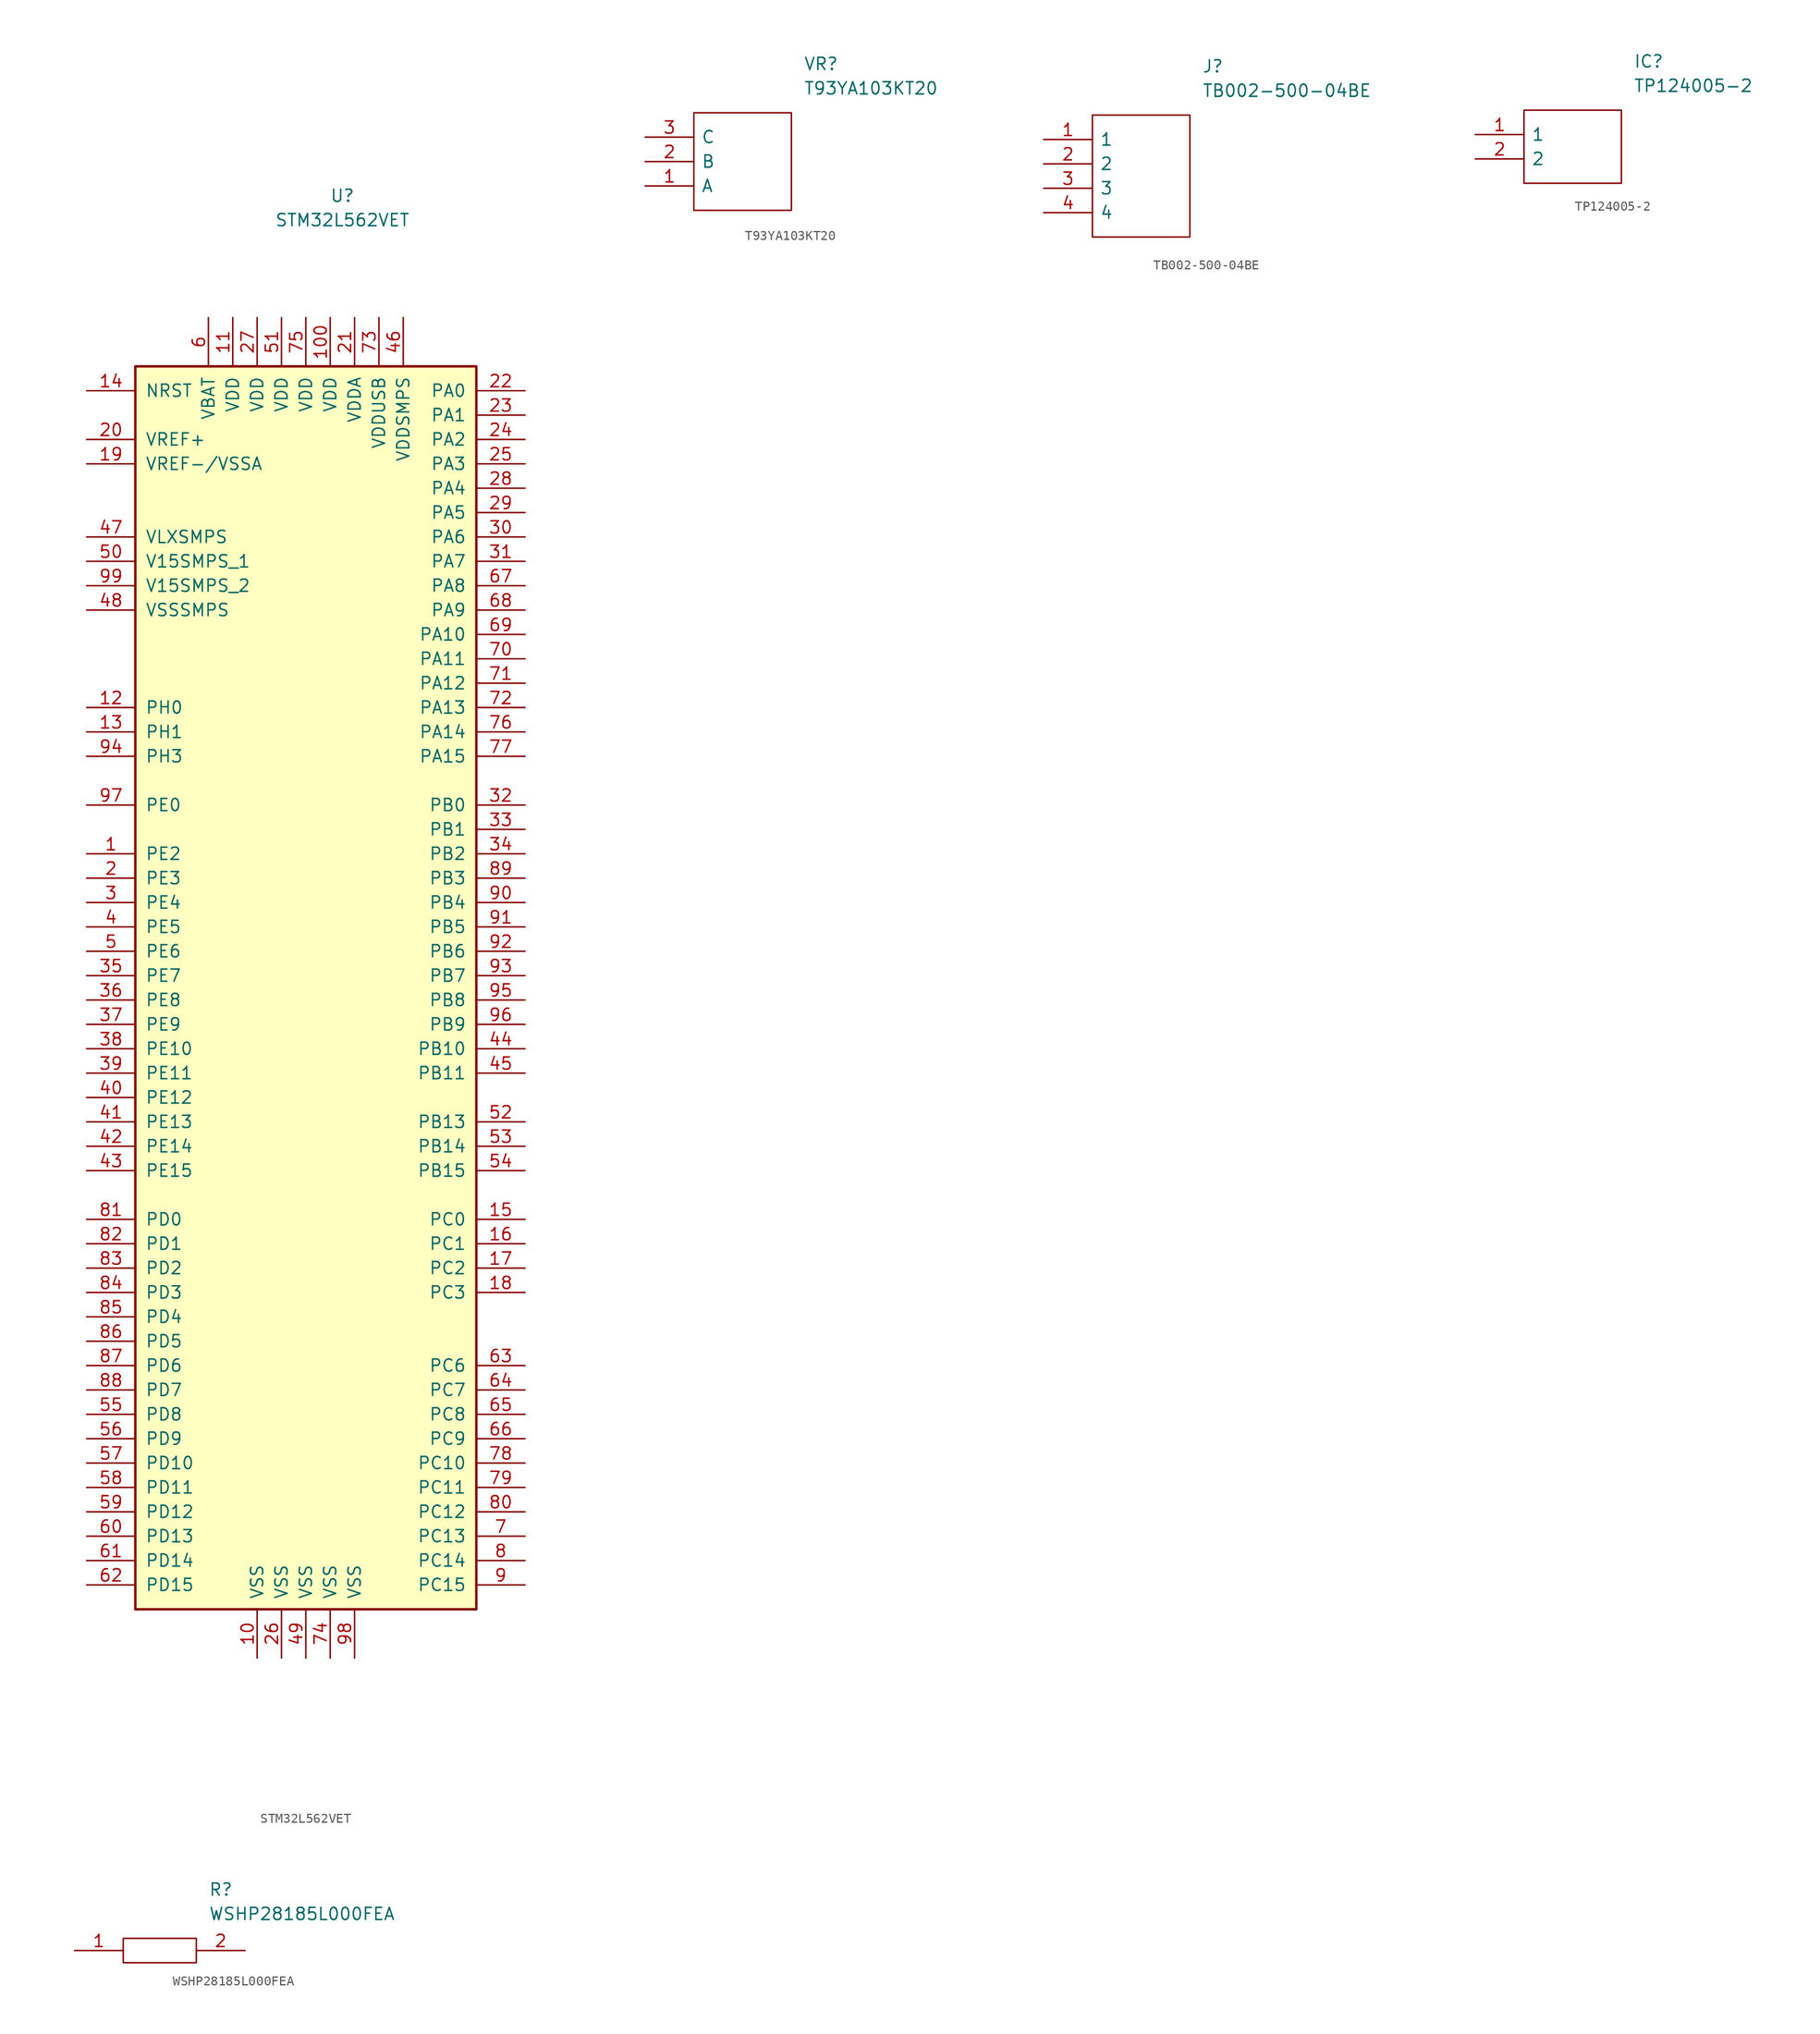
<source format=kicad_sym>
(kicad_symbol_lib
  (version 20211014)
  (generator kicad_symbol_editor)
  (symbol "STM32L562VET"
    (pin_names
      (offset 1.016))
    (property "Reference" "U"
      (at 3.81 8.89 0)
      (effects (font (size 1.27 1.27))))
    (property "Value" "STM32L562VET"
      (at 3.81 6.35 0)
      (effects (font (size 1.27 1.27))))
    (symbol "STM32L562VET_1_1"
      (rectangle (start -17.78 -138.43) (end 17.78 -8.89) (stroke (width 0.254) (type default) (color 0 0 0 0)) (fill (type background)))
      (pin bidirectional line (at -22.86 -59.69 0) (length 5.08) (name "PE2" (effects (font (size 1.27 1.27)))) (number "1" (effects (font (size 1.27 1.27)))))
      (pin power_in line (at -5.08 -143.51 90) (length 5.08) (name "VSS" (effects (font (size 1.27 1.27)))) (number "10" (effects (font (size 1.27 1.27)))))
      (pin power_in line (at 2.54 -3.81 270) (length 5.08) (name "VDD" (effects (font (size 1.27 1.27)))) (number "100" (effects (font (size 1.27 1.27)))))
      (pin power_in line (at -7.62 -3.81 270) (length 5.08) (name "VDD" (effects (font (size 1.27 1.27)))) (number "11" (effects (font (size 1.27 1.27)))))
      (pin input line (at -22.86 -44.45 0) (length 5.08) (name "PH0" (effects (font (size 1.27 1.27)))) (number "12" (effects (font (size 1.27 1.27)))))
      (pin input line (at -22.86 -46.99 0) (length 5.08) (name "PH1" (effects (font (size 1.27 1.27)))) (number "13" (effects (font (size 1.27 1.27)))))
      (pin input line (at -22.86 -11.43 0) (length 5.08) (name "NRST" (effects (font (size 1.27 1.27)))) (number "14" (effects (font (size 1.27 1.27)))))
      (pin bidirectional line (at 22.86 -97.79 180) (length 5.08) (name "PC0" (effects (font (size 1.27 1.27)))) (number "15" (effects (font (size 1.27 1.27)))))
      (pin bidirectional line (at 22.86 -100.33 180) (length 5.08) (name "PC1" (effects (font (size 1.27 1.27)))) (number "16" (effects (font (size 1.27 1.27)))))
      (pin bidirectional line (at 22.86 -102.87 180) (length 5.08) (name "PC2" (effects (font (size 1.27 1.27)))) (number "17" (effects (font (size 1.27 1.27)))))
      (pin bidirectional line (at 22.86 -105.41 180) (length 5.08) (name "PC3" (effects (font (size 1.27 1.27)))) (number "18" (effects (font (size 1.27 1.27)))))
      (pin power_in line (at -22.86 -19.05 0) (length 5.08) (name "VREF-/VSSA" (effects (font (size 1.27 1.27)))) (number "19" (effects (font (size 1.27 1.27)))))
      (pin bidirectional line (at -22.86 -62.23 0) (length 5.08) (name "PE3" (effects (font (size 1.27 1.27)))) (number "2" (effects (font (size 1.27 1.27)))))
      (pin bidirectional line (at -22.86 -16.51 0) (length 5.08) (name "VREF+" (effects (font (size 1.27 1.27)))) (number "20" (effects (font (size 1.27 1.27)))))
      (pin power_in line (at 5.08 -3.81 270) (length 5.08) (name "VDDA" (effects (font (size 1.27 1.27)))) (number "21" (effects (font (size 1.27 1.27)))))
      (pin bidirectional line (at 22.86 -11.43 180) (length 5.08) (name "PA0" (effects (font (size 1.27 1.27)))) (number "22" (effects (font (size 1.27 1.27)))))
      (pin bidirectional line (at 22.86 -13.97 180) (length 5.08) (name "PA1" (effects (font (size 1.27 1.27)))) (number "23" (effects (font (size 1.27 1.27)))))
      (pin bidirectional line (at 22.86 -16.51 180) (length 5.08) (name "PA2" (effects (font (size 1.27 1.27)))) (number "24" (effects (font (size 1.27 1.27)))))
      (pin bidirectional line (at 22.86 -19.05 180) (length 5.08) (name "PA3" (effects (font (size 1.27 1.27)))) (number "25" (effects (font (size 1.27 1.27)))))
      (pin power_in line (at -2.54 -143.51 90) (length 5.08) (name "VSS" (effects (font (size 1.27 1.27)))) (number "26" (effects (font (size 1.27 1.27)))))
      (pin power_in line (at -5.08 -3.81 270) (length 5.08) (name "VDD" (effects (font (size 1.27 1.27)))) (number "27" (effects (font (size 1.27 1.27)))))
      (pin bidirectional line (at 22.86 -21.59 180) (length 5.08) (name "PA4" (effects (font (size 1.27 1.27)))) (number "28" (effects (font (size 1.27 1.27)))))
      (pin bidirectional line (at 22.86 -24.13 180) (length 5.08) (name "PA5" (effects (font (size 1.27 1.27)))) (number "29" (effects (font (size 1.27 1.27)))))
      (pin bidirectional line (at -22.86 -64.77 0) (length 5.08) (name "PE4" (effects (font (size 1.27 1.27)))) (number "3" (effects (font (size 1.27 1.27)))))
      (pin bidirectional line (at 22.86 -26.67 180) (length 5.08) (name "PA6" (effects (font (size 1.27 1.27)))) (number "30" (effects (font (size 1.27 1.27)))))
      (pin bidirectional line (at 22.86 -29.21 180) (length 5.08) (name "PA7" (effects (font (size 1.27 1.27)))) (number "31" (effects (font (size 1.27 1.27)))))
      (pin bidirectional line (at 22.86 -54.61 180) (length 5.08) (name "PB0" (effects (font (size 1.27 1.27)))) (number "32" (effects (font (size 1.27 1.27)))))
      (pin bidirectional line (at 22.86 -57.15 180) (length 5.08) (name "PB1" (effects (font (size 1.27 1.27)))) (number "33" (effects (font (size 1.27 1.27)))))
      (pin bidirectional line (at 22.86 -59.69 180) (length 5.08) (name "PB2" (effects (font (size 1.27 1.27)))) (number "34" (effects (font (size 1.27 1.27)))))
      (pin bidirectional line (at -22.86 -72.39 0) (length 5.08) (name "PE7" (effects (font (size 1.27 1.27)))) (number "35" (effects (font (size 1.27 1.27)))))
      (pin bidirectional line (at -22.86 -74.93 0) (length 5.08) (name "PE8" (effects (font (size 1.27 1.27)))) (number "36" (effects (font (size 1.27 1.27)))))
      (pin bidirectional line (at -22.86 -77.47 0) (length 5.08) (name "PE9" (effects (font (size 1.27 1.27)))) (number "37" (effects (font (size 1.27 1.27)))))
      (pin bidirectional line (at -22.86 -80.01 0) (length 5.08) (name "PE10" (effects (font (size 1.27 1.27)))) (number "38" (effects (font (size 1.27 1.27)))))
      (pin bidirectional line (at -22.86 -82.55 0) (length 5.08) (name "PE11" (effects (font (size 1.27 1.27)))) (number "39" (effects (font (size 1.27 1.27)))))
      (pin bidirectional line (at -22.86 -67.31 0) (length 5.08) (name "PE5" (effects (font (size 1.27 1.27)))) (number "4" (effects (font (size 1.27 1.27)))))
      (pin bidirectional line (at -22.86 -85.09 0) (length 5.08) (name "PE12" (effects (font (size 1.27 1.27)))) (number "40" (effects (font (size 1.27 1.27)))))
      (pin bidirectional line (at -22.86 -87.63 0) (length 5.08) (name "PE13" (effects (font (size 1.27 1.27)))) (number "41" (effects (font (size 1.27 1.27)))))
      (pin bidirectional line (at -22.86 -90.17 0) (length 5.08) (name "PE14" (effects (font (size 1.27 1.27)))) (number "42" (effects (font (size 1.27 1.27)))))
      (pin bidirectional line (at -22.86 -92.71 0) (length 5.08) (name "PE15" (effects (font (size 1.27 1.27)))) (number "43" (effects (font (size 1.27 1.27)))))
      (pin bidirectional line (at 22.86 -80.01 180) (length 5.08) (name "PB10" (effects (font (size 1.27 1.27)))) (number "44" (effects (font (size 1.27 1.27)))))
      (pin bidirectional line (at 22.86 -82.55 180) (length 5.08) (name "PB11" (effects (font (size 1.27 1.27)))) (number "45" (effects (font (size 1.27 1.27)))))
      (pin power_in line (at 10.16 -3.81 270) (length 5.08) (name "VDDSMPS" (effects (font (size 1.27 1.27)))) (number "46" (effects (font (size 1.27 1.27)))))
      (pin power_in line (at -22.86 -26.67 0) (length 5.08) (name "VLXSMPS" (effects (font (size 1.27 1.27)))) (number "47" (effects (font (size 1.27 1.27)))))
      (pin power_in line (at -22.86 -34.29 0) (length 5.08) (name "VSSSMPS" (effects (font (size 1.27 1.27)))) (number "48" (effects (font (size 1.27 1.27)))))
      (pin power_in line (at 0 -143.51 90) (length 5.08) (name "VSS" (effects (font (size 1.27 1.27)))) (number "49" (effects (font (size 1.27 1.27)))))
      (pin bidirectional line (at -22.86 -69.85 0) (length 5.08) (name "PE6" (effects (font (size 1.27 1.27)))) (number "5" (effects (font (size 1.27 1.27)))))
      (pin power_out line (at -22.86 -29.21 0) (length 5.08) (name "V15SMPS_1" (effects (font (size 1.27 1.27)))) (number "50" (effects (font (size 1.27 1.27)))))
      (pin power_in line (at -2.54 -3.81 270) (length 5.08) (name "VDD" (effects (font (size 1.27 1.27)))) (number "51" (effects (font (size 1.27 1.27)))))
      (pin bidirectional line (at 22.86 -87.63 180) (length 5.08) (name "PB13" (effects (font (size 1.27 1.27)))) (number "52" (effects (font (size 1.27 1.27)))))
      (pin bidirectional line (at 22.86 -90.17 180) (length 5.08) (name "PB14" (effects (font (size 1.27 1.27)))) (number "53" (effects (font (size 1.27 1.27)))))
      (pin bidirectional line (at 22.86 -92.71 180) (length 5.08) (name "PB15" (effects (font (size 1.27 1.27)))) (number "54" (effects (font (size 1.27 1.27)))))
      (pin bidirectional line (at -22.86 -118.11 0) (length 5.08) (name "PD8" (effects (font (size 1.27 1.27)))) (number "55" (effects (font (size 1.27 1.27)))))
      (pin bidirectional line (at -22.86 -120.65 0) (length 5.08) (name "PD9" (effects (font (size 1.27 1.27)))) (number "56" (effects (font (size 1.27 1.27)))))
      (pin bidirectional line (at -22.86 -123.19 0) (length 5.08) (name "PD10" (effects (font (size 1.27 1.27)))) (number "57" (effects (font (size 1.27 1.27)))))
      (pin bidirectional line (at -22.86 -125.73 0) (length 5.08) (name "PD11" (effects (font (size 1.27 1.27)))) (number "58" (effects (font (size 1.27 1.27)))))
      (pin bidirectional line (at -22.86 -128.27 0) (length 5.08) (name "PD12" (effects (font (size 1.27 1.27)))) (number "59" (effects (font (size 1.27 1.27)))))
      (pin power_in line (at -10.16 -3.81 270) (length 5.08) (name "VBAT" (effects (font (size 1.27 1.27)))) (number "6" (effects (font (size 1.27 1.27)))))
      (pin bidirectional line (at -22.86 -130.81 0) (length 5.08) (name "PD13" (effects (font (size 1.27 1.27)))) (number "60" (effects (font (size 1.27 1.27)))))
      (pin bidirectional line (at -22.86 -133.35 0) (length 5.08) (name "PD14" (effects (font (size 1.27 1.27)))) (number "61" (effects (font (size 1.27 1.27)))))
      (pin bidirectional line (at -22.86 -135.89 0) (length 5.08) (name "PD15" (effects (font (size 1.27 1.27)))) (number "62" (effects (font (size 1.27 1.27)))))
      (pin bidirectional line (at 22.86 -113.03 180) (length 5.08) (name "PC6" (effects (font (size 1.27 1.27)))) (number "63" (effects (font (size 1.27 1.27)))))
      (pin bidirectional line (at 22.86 -115.57 180) (length 5.08) (name "PC7" (effects (font (size 1.27 1.27)))) (number "64" (effects (font (size 1.27 1.27)))))
      (pin bidirectional line (at 22.86 -118.11 180) (length 5.08) (name "PC8" (effects (font (size 1.27 1.27)))) (number "65" (effects (font (size 1.27 1.27)))))
      (pin bidirectional line (at 22.86 -120.65 180) (length 5.08) (name "PC9" (effects (font (size 1.27 1.27)))) (number "66" (effects (font (size 1.27 1.27)))))
      (pin bidirectional line (at 22.86 -31.75 180) (length 5.08) (name "PA8" (effects (font (size 1.27 1.27)))) (number "67" (effects (font (size 1.27 1.27)))))
      (pin bidirectional line (at 22.86 -34.29 180) (length 5.08) (name "PA9" (effects (font (size 1.27 1.27)))) (number "68" (effects (font (size 1.27 1.27)))))
      (pin bidirectional line (at 22.86 -36.83 180) (length 5.08) (name "PA10" (effects (font (size 1.27 1.27)))) (number "69" (effects (font (size 1.27 1.27)))))
      (pin bidirectional line (at 22.86 -130.81 180) (length 5.08) (name "PC13" (effects (font (size 1.27 1.27)))) (number "7" (effects (font (size 1.27 1.27)))))
      (pin bidirectional line (at 22.86 -39.37 180) (length 5.08) (name "PA11" (effects (font (size 1.27 1.27)))) (number "70" (effects (font (size 1.27 1.27)))))
      (pin bidirectional line (at 22.86 -41.91 180) (length 5.08) (name "PA12" (effects (font (size 1.27 1.27)))) (number "71" (effects (font (size 1.27 1.27)))))
      (pin bidirectional line (at 22.86 -44.45 180) (length 5.08) (name "PA13" (effects (font (size 1.27 1.27)))) (number "72" (effects (font (size 1.27 1.27)))))
      (pin power_in line (at 7.62 -3.81 270) (length 5.08) (name "VDDUSB" (effects (font (size 1.27 1.27)))) (number "73" (effects (font (size 1.27 1.27)))))
      (pin power_in line (at 2.54 -143.51 90) (length 5.08) (name "VSS" (effects (font (size 1.27 1.27)))) (number "74" (effects (font (size 1.27 1.27)))))
      (pin power_in line (at 0 -3.81 270) (length 5.08) (name "VDD" (effects (font (size 1.27 1.27)))) (number "75" (effects (font (size 1.27 1.27)))))
      (pin bidirectional line (at 22.86 -46.99 180) (length 5.08) (name "PA14" (effects (font (size 1.27 1.27)))) (number "76" (effects (font (size 1.27 1.27)))))
      (pin bidirectional line (at 22.86 -49.53 180) (length 5.08) (name "PA15" (effects (font (size 1.27 1.27)))) (number "77" (effects (font (size 1.27 1.27)))))
      (pin bidirectional line (at 22.86 -123.19 180) (length 5.08) (name "PC10" (effects (font (size 1.27 1.27)))) (number "78" (effects (font (size 1.27 1.27)))))
      (pin bidirectional line (at 22.86 -125.73 180) (length 5.08) (name "PC11" (effects (font (size 1.27 1.27)))) (number "79" (effects (font (size 1.27 1.27)))))
      (pin bidirectional line (at 22.86 -133.35 180) (length 5.08) (name "PC14" (effects (font (size 1.27 1.27)))) (number "8" (effects (font (size 1.27 1.27)))))
      (pin bidirectional line (at 22.86 -128.27 180) (length 5.08) (name "PC12" (effects (font (size 1.27 1.27)))) (number "80" (effects (font (size 1.27 1.27)))))
      (pin bidirectional line (at -22.86 -97.79 0) (length 5.08) (name "PD0" (effects (font (size 1.27 1.27)))) (number "81" (effects (font (size 1.27 1.27)))))
      (pin bidirectional line (at -22.86 -100.33 0) (length 5.08) (name "PD1" (effects (font (size 1.27 1.27)))) (number "82" (effects (font (size 1.27 1.27)))))
      (pin bidirectional line (at -22.86 -102.87 0) (length 5.08) (name "PD2" (effects (font (size 1.27 1.27)))) (number "83" (effects (font (size 1.27 1.27)))))
      (pin bidirectional line (at -22.86 -105.41 0) (length 5.08) (name "PD3" (effects (font (size 1.27 1.27)))) (number "84" (effects (font (size 1.27 1.27)))))
      (pin bidirectional line (at -22.86 -107.95 0) (length 5.08) (name "PD4" (effects (font (size 1.27 1.27)))) (number "85" (effects (font (size 1.27 1.27)))))
      (pin bidirectional line (at -22.86 -110.49 0) (length 5.08) (name "PD5" (effects (font (size 1.27 1.27)))) (number "86" (effects (font (size 1.27 1.27)))))
      (pin bidirectional line (at -22.86 -113.03 0) (length 5.08) (name "PD6" (effects (font (size 1.27 1.27)))) (number "87" (effects (font (size 1.27 1.27)))))
      (pin bidirectional line (at -22.86 -115.57 0) (length 5.08) (name "PD7" (effects (font (size 1.27 1.27)))) (number "88" (effects (font (size 1.27 1.27)))))
      (pin bidirectional line (at 22.86 -62.23 180) (length 5.08) (name "PB3" (effects (font (size 1.27 1.27)))) (number "89" (effects (font (size 1.27 1.27)))))
      (pin bidirectional line (at 22.86 -135.89 180) (length 5.08) (name "PC15" (effects (font (size 1.27 1.27)))) (number "9" (effects (font (size 1.27 1.27)))))
      (pin bidirectional line (at 22.86 -64.77 180) (length 5.08) (name "PB4" (effects (font (size 1.27 1.27)))) (number "90" (effects (font (size 1.27 1.27)))))
      (pin bidirectional line (at 22.86 -67.31 180) (length 5.08) (name "PB5" (effects (font (size 1.27 1.27)))) (number "91" (effects (font (size 1.27 1.27)))))
      (pin bidirectional line (at 22.86 -69.85 180) (length 5.08) (name "PB6" (effects (font (size 1.27 1.27)))) (number "92" (effects (font (size 1.27 1.27)))))
      (pin bidirectional line (at 22.86 -72.39 180) (length 5.08) (name "PB7" (effects (font (size 1.27 1.27)))) (number "93" (effects (font (size 1.27 1.27)))))
      (pin bidirectional line (at -22.86 -49.53 0) (length 5.08) (name "PH3" (effects (font (size 1.27 1.27)))) (number "94" (effects (font (size 1.27 1.27)))))
      (pin bidirectional line (at 22.86 -74.93 180) (length 5.08) (name "PB8" (effects (font (size 1.27 1.27)))) (number "95" (effects (font (size 1.27 1.27)))))
      (pin bidirectional line (at 22.86 -77.47 180) (length 5.08) (name "PB9" (effects (font (size 1.27 1.27)))) (number "96" (effects (font (size 1.27 1.27)))))
      (pin bidirectional line (at -22.86 -54.61 0) (length 5.08) (name "PE0" (effects (font (size 1.27 1.27)))) (number "97" (effects (font (size 1.27 1.27)))))
      (pin power_in line (at 5.08 -143.51 90) (length 5.08) (name "VSS" (effects (font (size 1.27 1.27)))) (number "98" (effects (font (size 1.27 1.27)))))
      (pin power_out line (at -22.86 -31.75 0) (length 5.08) (name "V15SMPS_2" (effects (font (size 1.27 1.27)))) (number "99" (effects (font (size 1.27 1.27)))))))
  (symbol "T93YA103KT20"
    (pin_names
      (offset 0.762))
    (property "Reference" "VR"
      (at 16.51 7.62 0)
      (effects (font (size 1.27 1.27)) (justify left)))
    (property "Value" "T93YA103KT20"
      (at 16.51 5.08 0)
      (effects (font (size 1.27 1.27)) (justify left)))
    (symbol "T93YA103KT20_0_0"
      (pin passive line (at 0 -5.08 0) (length 5.08) (name "A" (effects (font (size 1.27 1.27)))) (number "1" (effects (font (size 1.27 1.27)))))
      (pin passive line (at 0 -2.54 0) (length 5.08) (name "B" (effects (font (size 1.27 1.27)))) (number "2" (effects (font (size 1.27 1.27)))))
      (pin passive line (at 0 0 0) (length 5.08) (name "C" (effects (font (size 1.27 1.27)))) (number "3" (effects (font (size 1.27 1.27))))))
    (symbol "T93YA103KT20_0_1"
      (polyline (pts (xy 5.08 2.54) (xy 15.24 2.54) (xy 15.24 -7.62) (xy 5.08 -7.62) (xy 5.08 2.54)) (stroke (width 0.152) (type default) (color 0 0 0 0)) (fill (type none)))))
  (symbol "TB002-500-04BE"
    (pin_names
      (offset 0.762))
    (property "Reference" "J"
      (at 16.51 7.62 0)
      (effects (font (size 1.27 1.27)) (justify left)))
    (property "Value" "TB002-500-04BE"
      (at 16.51 5.08 0)
      (effects (font (size 1.27 1.27)) (justify left)))
    (symbol "TB002-500-04BE_0_0"
      (pin passive line (at 0 0 0) (length 5.08) (name "1" (effects (font (size 1.27 1.27)))) (number "1" (effects (font (size 1.27 1.27)))))
      (pin passive line (at 0 -2.54 0) (length 5.08) (name "2" (effects (font (size 1.27 1.27)))) (number "2" (effects (font (size 1.27 1.27)))))
      (pin passive line (at 0 -5.08 0) (length 5.08) (name "3" (effects (font (size 1.27 1.27)))) (number "3" (effects (font (size 1.27 1.27)))))
      (pin passive line (at 0 -7.62 0) (length 5.08) (name "4" (effects (font (size 1.27 1.27)))) (number "4" (effects (font (size 1.27 1.27))))))
    (symbol "TB002-500-04BE_0_1"
      (polyline (pts (xy 5.08 2.54) (xy 15.24 2.54) (xy 15.24 -10.16) (xy 5.08 -10.16) (xy 5.08 2.54)) (stroke (width 0.152) (type default) (color 0 0 0 0)) (fill (type none)))))
  (symbol "TP124005-2"
    (pin_names
      (offset 0.762))
    (property "Reference" "IC"
      (at 16.51 7.62 0)
      (effects (font (size 1.27 1.27)) (justify left)))
    (property "Value" "TP124005-2"
      (at 16.51 5.08 0)
      (effects (font (size 1.27 1.27)) (justify left)))
    (symbol "TP124005-2_0_0"
      (pin passive line (at 0 0 0) (length 5.08) (name "1" (effects (font (size 1.27 1.27)))) (number "1" (effects (font (size 1.27 1.27)))))
      (pin passive line (at 0 -2.54 0) (length 5.08) (name "2" (effects (font (size 1.27 1.27)))) (number "2" (effects (font (size 1.27 1.27))))))
    (symbol "TP124005-2_0_1"
      (polyline (pts (xy 5.08 2.54) (xy 15.24 2.54) (xy 15.24 -5.08) (xy 5.08 -5.08) (xy 5.08 2.54)) (stroke (width 0.152) (type default) (color 0 0 0 0)) (fill (type none)))))
  (symbol "WSHP28185L000FEA"
    (pin_names
      (offset 0.762))
    (property "Reference" "R"
      (at 13.97 6.35 0)
      (effects (font (size 1.27 1.27)) (justify left)))
    (property "Value" "WSHP28185L000FEA"
      (at 13.97 3.81 0)
      (effects (font (size 1.27 1.27)) (justify left)))
    (symbol "WSHP28185L000FEA_0_0"
      (pin passive line (at 0 0 0) (length 5.08) (name "~" (effects (font (size 1.27 1.27)))) (number "1" (effects (font (size 1.27 1.27)))))
      (pin passive line (at 17.78 0 180) (length 5.08) (name "~" (effects (font (size 1.27 1.27)))) (number "2" (effects (font (size 1.27 1.27))))))
    (symbol "WSHP28185L000FEA_0_1"
      (polyline (pts (xy 5.08 1.27) (xy 12.7 1.27) (xy 12.7 -1.27) (xy 5.08 -1.27) (xy 5.08 1.27)) (stroke (width 0.152) (type default) (color 0 0 0 0)) (fill (type none))))))
</source>
